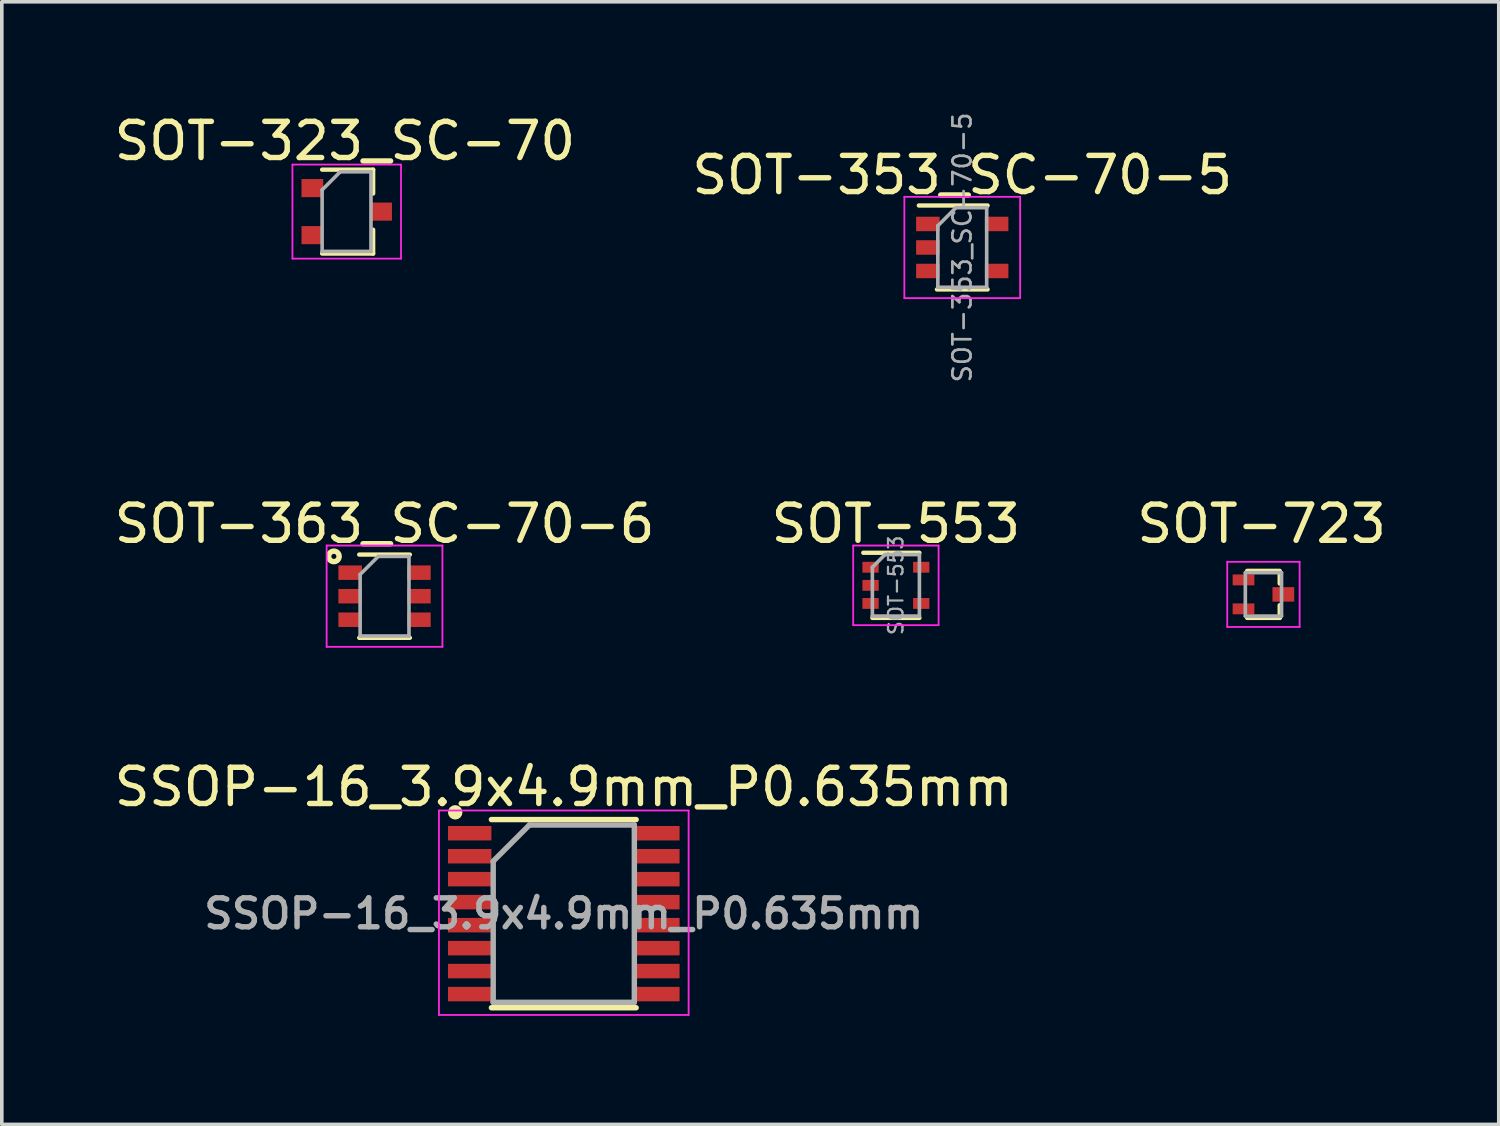
<source format=kicad_pcb>
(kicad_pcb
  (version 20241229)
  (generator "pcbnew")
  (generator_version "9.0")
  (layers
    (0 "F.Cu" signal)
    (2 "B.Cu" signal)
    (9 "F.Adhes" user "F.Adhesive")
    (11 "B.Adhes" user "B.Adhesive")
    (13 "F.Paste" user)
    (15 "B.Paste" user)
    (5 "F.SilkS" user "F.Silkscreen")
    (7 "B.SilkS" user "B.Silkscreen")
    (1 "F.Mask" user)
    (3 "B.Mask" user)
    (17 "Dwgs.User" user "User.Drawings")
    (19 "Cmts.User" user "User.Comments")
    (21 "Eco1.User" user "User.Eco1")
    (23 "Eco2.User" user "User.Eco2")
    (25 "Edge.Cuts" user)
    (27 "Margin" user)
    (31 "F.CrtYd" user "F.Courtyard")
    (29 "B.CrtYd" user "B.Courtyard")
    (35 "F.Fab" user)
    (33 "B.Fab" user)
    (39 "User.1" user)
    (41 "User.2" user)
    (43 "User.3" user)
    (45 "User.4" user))
  (footprint "SOT-353_SC-70-5"
    (layer "F.Cu")
    (at 23.542 3.789)
    (property "Reference" "SOT-353_SC-70-5" (at 0 -2 0) (layer "F.SilkS") (effects (font (size 1 1) (thickness 0.15))))
    (attr smd)
    (fp_line (start -0.7 1.16) (end 0.7 1.16) (stroke (width 0.12) (type solid)) (layer "F.SilkS"))
    (fp_line (start 0.7 -1.16) (end -1.2 -1.16) (stroke (width 0.12) (type solid)) (layer "F.SilkS"))
    (fp_line (start -1.6 -1.4) (end -1.6 1.4) (stroke (width 0.05) (type solid)) (layer "F.CrtYd"))
    (fp_line (start -1.6 -1.4) (end 1.6 -1.4) (stroke (width 0.05) (type solid)) (layer "F.CrtYd"))
    (fp_line (start -1.6 1.4) (end 1.6 1.4) (stroke (width 0.05) (type solid)) (layer "F.CrtYd"))
    (fp_line (start 1.6 1.4) (end 1.6 -1.4) (stroke (width 0.05) (type solid)) (layer "F.CrtYd"))
    (fp_line (start -0.675 -0.6) (end -0.675 1.1) (stroke (width 0.1) (type solid)) (layer "F.Fab"))
    (fp_line (start -0.175 -1.1) (end -0.675 -0.6) (stroke (width 0.1) (type solid)) (layer "F.Fab"))
    (fp_line (start 0.675 -1.1) (end -0.175 -1.1) (stroke (width 0.1) (type solid)) (layer "F.Fab"))
    (fp_line (start 0.675 -1.1) (end 0.675 1.1) (stroke (width 0.1) (type solid)) (layer "F.Fab"))
    (fp_line (start 0.675 1.1) (end -0.675 1.1) (stroke (width 0.1) (type solid)) (layer "F.Fab"))
    (fp_text user "${REFERENCE}" (at 0 0 90) (layer "F.Fab") (effects (font (size 0.5 0.5) (thickness 0.075))))
    (pad "1" smd rect (at -0.95 -0.65) (size 0.65 0.4) (layers "F.Cu" "F.Mask" "F.Paste"))
    (pad "2" smd rect (at -0.95 0) (size 0.65 0.4) (layers "F.Cu" "F.Mask" "F.Paste"))
    (pad "3" smd rect (at -0.95 0.65) (size 0.65 0.4) (layers "F.Cu" "F.Mask" "F.Paste"))
    (pad "4" smd rect (at 0.95 0.65) (size 0.65 0.4) (layers "F.Cu" "F.Mask" "F.Paste"))
    (pad "5" smd rect (at 0.95 -0.65) (size 0.65 0.4) (layers "F.Cu" "F.Mask" "F.Paste")))
  (footprint "SOT-553"
    (layer "F.Cu")
    (at 21.708 13.126)
    (property "Reference" "SOT-553" (at 0 -1.7 0) (layer "F.SilkS") (effects (font (size 1 1) (thickness 0.15))))
    (attr smd)
    (fp_line (start -0.9 -0.9) (end 0.65 -0.9) (stroke (width 0.12) (type solid)) (layer "F.SilkS"))
    (fp_line (start 0.65 0.9) (end -0.65 0.9) (stroke (width 0.12) (type solid)) (layer "F.SilkS"))
    (fp_line (start -1.18 -1.1) (end -1.18 1.1) (stroke (width 0.05) (type solid)) (layer "F.CrtYd"))
    (fp_line (start -1.18 -1.1) (end 1.18 -1.1) (stroke (width 0.05) (type solid)) (layer "F.CrtYd"))
    (fp_line (start 1.18 1.1) (end -1.18 1.1) (stroke (width 0.05) (type solid)) (layer "F.CrtYd"))
    (fp_line (start 1.18 1.1) (end 1.18 -1.1) (stroke (width 0.05) (type solid)) (layer "F.CrtYd"))
    (fp_line (start -0.65 -0.5) (end -0.65 0.85) (stroke (width 0.1) (type solid)) (layer "F.Fab"))
    (fp_line (start -0.65 -0.5) (end -0.3 -0.85) (stroke (width 0.1) (type solid)) (layer "F.Fab"))
    (fp_line (start -0.65 0.85) (end 0.65 0.85) (stroke (width 0.1) (type solid)) (layer "F.Fab"))
    (fp_line (start 0.65 -0.85) (end -0.3 -0.85) (stroke (width 0.1) (type solid)) (layer "F.Fab"))
    (fp_line (start 0.65 0.85) (end 0.65 -0.85) (stroke (width 0.1) (type solid)) (layer "F.Fab"))
    (fp_text user "${REFERENCE}" (at 0 0 90) (layer "F.Fab") (effects (font (size 0.4 0.4) (thickness 0.062))))
    (pad "1" smd rect (at -0.7 -0.5) (size 0.45 0.3) (layers "F.Cu" "F.Mask" "F.Paste"))
    (pad "2" smd rect (at -0.7 0) (size 0.45 0.3) (layers "F.Cu" "F.Mask" "F.Paste"))
    (pad "3" smd rect (at -0.7 0.5) (size 0.45 0.3) (layers "F.Cu" "F.Mask" "F.Paste"))
    (pad "4" smd rect (at 0.7 0.5) (size 0.45 0.3) (layers "F.Cu" "F.Mask" "F.Paste"))
    (pad "5" smd rect (at 0.7 -0.5) (size 0.45 0.3) (layers "F.Cu" "F.Mask" "F.Paste")))
  (footprint "SOT-723"
    (layer "F.Cu")
    (at 31.865 13.376)
    (property "Reference" "SOT-723" (at -0.05 -1.95 0) (layer "F.SilkS") (effects (font (size 1 1) (thickness 0.15))))
    (attr smd)
    (fp_line (start -0.45 0.65) (end 0.45 0.65) (stroke (width 0.12) (type solid)) (layer "F.SilkS"))
    (fp_line (start 0.45 -0.65) (end -0.45 -0.65) (stroke (width 0.12) (type solid)) (layer "F.SilkS"))
    (fp_line (start 0.45 -0.6) (end 0.45 -0.3) (stroke (width 0.12) (type solid)) (layer "F.SilkS"))
    (fp_line (start 0.45 0.3) (end 0.45 0.65) (stroke (width 0.12) (type solid)) (layer "F.SilkS"))
    (fp_line (start -1 -0.9) (end 1 -0.9) (stroke (width 0.05) (type solid)) (layer "F.CrtYd"))
    (fp_line (start -1 0.9) (end -1 -0.9) (stroke (width 0.05) (type solid)) (layer "F.CrtYd"))
    (fp_line (start 1 -0.9) (end 1 0.9) (stroke (width 0.05) (type solid)) (layer "F.CrtYd"))
    (fp_line (start 1 0.9) (end -1 0.9) (stroke (width 0.05) (type solid)) (layer "F.CrtYd"))
    (fp_line (start -0.5 -0.6) (end -0.5 0.6) (stroke (width 0.1) (type solid)) (layer "F.Fab"))
    (fp_line (start 0.5 -0.6) (end -0.5 -0.6) (stroke (width 0.1) (type solid)) (layer "F.Fab"))
    (fp_line (start 0.5 -0.6) (end 0.5 0.6) (stroke (width 0.1) (type solid)) (layer "F.Fab"))
    (fp_line (start 0.5 0.6) (end -0.5 0.6) (stroke (width 0.1) (type solid)) (layer "F.Fab"))
    (pad "1" smd rect (at -0.55 -0.4 270) (size 0.3 0.6) (layers "F.Cu" "F.Mask" "F.Paste"))
    (pad "2" smd rect (at -0.55 0.4 270) (size 0.3 0.6) (layers "F.Cu" "F.Mask" "F.Paste"))
    (pad "3" smd rect (at 0.55 0 270) (size 0.4 0.6) (layers "F.Cu" "F.Mask" "F.Paste")))
  (footprint "SOT-363_SC-70-6"
    (layer "F.Cu")
    (at 7.577 13.426)
    (property "Reference" "SOT-363_SC-70-6" (at 0 -2 0) (layer "F.SilkS") (effects (font (size 1 1) (thickness 0.15))))
    (attr smd)
    (fp_line (start -0.7 1.15) (end 0.7 1.15) (stroke (width 0.12) (type solid)) (layer "F.SilkS"))
    (fp_line (start 0.7 -1.15) (end -0.7 -1.15) (stroke (width 0.12) (type solid)) (layer "F.SilkS"))
    (fp_circle (center -1.4 -1.1) (end -1.33 -1.1) (stroke (width 0.15) (type solid)) (fill no) (layer "F.SilkS"))
    (fp_line (start -1.6 -1.4) (end -1.6 1.4) (stroke (width 0.05) (type solid)) (layer "F.CrtYd"))
    (fp_line (start -1.6 -1.4) (end 1.6 -1.4) (stroke (width 0.05) (type solid)) (layer "F.CrtYd"))
    (fp_line (start -1.6 1.4) (end 1.6 1.4) (stroke (width 0.05) (type solid)) (layer "F.CrtYd"))
    (fp_line (start 1.6 1.4) (end 1.6 -1.4) (stroke (width 0.05) (type solid)) (layer "F.CrtYd"))
    (fp_line (start -0.675 -0.6) (end -0.675 1.1) (stroke (width 0.1) (type solid)) (layer "F.Fab"))
    (fp_line (start -0.175 -1.1) (end -0.675 -0.6) (stroke (width 0.1) (type solid)) (layer "F.Fab"))
    (fp_line (start 0.675 -1.1) (end -0.175 -1.1) (stroke (width 0.1) (type solid)) (layer "F.Fab"))
    (fp_line (start 0.675 -1.1) (end 0.675 1.1) (stroke (width 0.1) (type solid)) (layer "F.Fab"))
    (fp_line (start 0.675 1.1) (end -0.675 1.1) (stroke (width 0.1) (type solid)) (layer "F.Fab"))
    (pad "1" smd rect (at -0.95 -0.65) (size 0.65 0.4) (layers "F.Cu" "F.Mask" "F.Paste"))
    (pad "2" smd rect (at -0.95 0) (size 0.65 0.4) (layers "F.Cu" "F.Mask" "F.Paste"))
    (pad "3" smd rect (at -0.95 0.65) (size 0.65 0.4) (layers "F.Cu" "F.Mask" "F.Paste"))
    (pad "4" smd rect (at 0.95 0.65) (size 0.65 0.4) (layers "F.Cu" "F.Mask" "F.Paste"))
    (pad "5" smd rect (at 0.95 0) (size 0.65 0.4) (layers "F.Cu" "F.Mask" "F.Paste"))
    (pad "6" smd rect (at 0.95 -0.65) (size 0.65 0.4) (layers "F.Cu" "F.Mask" "F.Paste")))
  (footprint "SSOP-16_3.9x4.9mm_P0.635mm"
    (layer "F.Cu")
    (at 12.53 22.199)
    (property "Reference" "SSOP-16_3.9x4.9mm_P0.635mm" (at 0 -3.5 0) (layer "F.SilkS") (effects (font (size 1 1) (thickness 0.15))))
    (attr smd)
    (fp_line (start -2 -2.6) (end 2 -2.6) (stroke (width 0.15) (type solid)) (layer "F.SilkS"))
    (fp_line (start -2 2.6) (end 2 2.6) (stroke (width 0.15) (type solid)) (layer "F.SilkS"))
    (fp_circle (center -3 -2.8) (end -2.9 -2.8) (stroke (width 0.2) (type solid)) (fill no) (layer "F.SilkS"))
    (fp_line (start -3.45 -2.85) (end -3.45 2.8) (stroke (width 0.05) (type solid)) (layer "F.CrtYd"))
    (fp_line (start -3.45 -2.85) (end 3.45 -2.85) (stroke (width 0.05) (type solid)) (layer "F.CrtYd"))
    (fp_line (start -3.45 2.8) (end 3.45 2.8) (stroke (width 0.05) (type solid)) (layer "F.CrtYd"))
    (fp_line (start 3.45 -2.85) (end 3.45 2.8) (stroke (width 0.05) (type solid)) (layer "F.CrtYd"))
    (fp_line (start -1.95 -1.45) (end -0.95 -2.45) (stroke (width 0.15) (type solid)) (layer "F.Fab"))
    (fp_line (start -1.95 2.45) (end -1.95 -1.45) (stroke (width 0.15) (type solid)) (layer "F.Fab"))
    (fp_line (start -0.95 -2.45) (end 1.95 -2.45) (stroke (width 0.15) (type solid)) (layer "F.Fab"))
    (fp_line (start 1.95 -2.45) (end 1.95 2.45) (stroke (width 0.15) (type solid)) (layer "F.Fab"))
    (fp_line (start 1.95 2.45) (end -1.95 2.45) (stroke (width 0.15) (type solid)) (layer "F.Fab"))
    (fp_text user "${REFERENCE}" (at 0 0 0) (layer "F.Fab") (effects (font (size 0.8 0.8) (thickness 0.15))))
    (pad "1" smd rect (at -2.6 -2.223) (size 1.2 0.4) (layers "F.Cu" "F.Mask" "F.Paste"))
    (pad "2" smd rect (at -2.6 -1.587) (size 1.2 0.4) (layers "F.Cu" "F.Mask" "F.Paste"))
    (pad "3" smd rect (at -2.6 -0.953) (size 1.2 0.4) (layers "F.Cu" "F.Mask" "F.Paste"))
    (pad "4" smd rect (at -2.6 -0.318) (size 1.2 0.4) (layers "F.Cu" "F.Mask" "F.Paste"))
    (pad "5" smd rect (at -2.6 0.318) (size 1.2 0.4) (layers "F.Cu" "F.Mask" "F.Paste"))
    (pad "6" smd rect (at -2.6 0.953) (size 1.2 0.4) (layers "F.Cu" "F.Mask" "F.Paste"))
    (pad "7" smd rect (at -2.6 1.587) (size 1.2 0.4) (layers "F.Cu" "F.Mask" "F.Paste"))
    (pad "8" smd rect (at -2.6 2.223) (size 1.2 0.4) (layers "F.Cu" "F.Mask" "F.Paste"))
    (pad "9" smd rect (at 2.6 2.223) (size 1.2 0.4) (layers "F.Cu" "F.Mask" "F.Paste"))
    (pad "10" smd rect (at 2.6 1.587) (size 1.2 0.4) (layers "F.Cu" "F.Mask" "F.Paste"))
    (pad "11" smd rect (at 2.6 0.953) (size 1.2 0.4) (layers "F.Cu" "F.Mask" "F.Paste"))
    (pad "12" smd rect (at 2.6 0.318) (size 1.2 0.4) (layers "F.Cu" "F.Mask" "F.Paste"))
    (pad "13" smd rect (at 2.6 -0.318) (size 1.2 0.4) (layers "F.Cu" "F.Mask" "F.Paste"))
    (pad "14" smd rect (at 2.6 -0.953) (size 1.2 0.4) (layers "F.Cu" "F.Mask" "F.Paste"))
    (pad "15" smd rect (at 2.6 -1.587) (size 1.2 0.4) (layers "F.Cu" "F.Mask" "F.Paste"))
    (pad "16" smd rect (at 2.6 -2.223) (size 1.2 0.4) (layers "F.Cu" "F.Mask" "F.Paste")))
  (footprint "SOT-323_SC-70"
    (layer "F.Cu")
    (at 6.532 2.798)
    (property "Reference" "SOT-323_SC-70" (at -0.05 -1.95 0) (layer "F.SilkS") (effects (font (size 1 1) (thickness 0.15))))
    (attr smd)
    (fp_line (start -0.68 1.16) (end 0.73 1.16) (stroke (width 0.12) (type solid)) (layer "F.SilkS"))
    (fp_line (start 0.73 -1.16) (end -0.68 -1.16) (stroke (width 0.12) (type solid)) (layer "F.SilkS"))
    (fp_line (start 0.73 -1.16) (end 0.73 -0.5) (stroke (width 0.12) (type solid)) (layer "F.SilkS"))
    (fp_line (start 0.73 0.5) (end 0.73 1.16) (stroke (width 0.12) (type solid)) (layer "F.SilkS"))
    (fp_line (start -1.5 -1.3) (end 1.5 -1.3) (stroke (width 0.05) (type solid)) (layer "F.CrtYd"))
    (fp_line (start -1.5 1.3) (end -1.5 -1.3) (stroke (width 0.05) (type solid)) (layer "F.CrtYd"))
    (fp_line (start 1.5 -1.3) (end 1.5 1.3) (stroke (width 0.05) (type solid)) (layer "F.CrtYd"))
    (fp_line (start 1.5 1.3) (end -1.5 1.3) (stroke (width 0.05) (type solid)) (layer "F.CrtYd"))
    (fp_line (start -0.68 -0.6) (end -0.68 1.1) (stroke (width 0.1) (type solid)) (layer "F.Fab"))
    (fp_line (start -0.18 -1.1) (end -0.68 -0.6) (stroke (width 0.1) (type solid)) (layer "F.Fab"))
    (fp_line (start 0.67 -1.1) (end -0.18 -1.1) (stroke (width 0.1) (type solid)) (layer "F.Fab"))
    (fp_line (start 0.67 -1.1) (end 0.67 1.1) (stroke (width 0.1) (type solid)) (layer "F.Fab"))
    (fp_line (start 0.67 1.1) (end -0.68 1.1) (stroke (width 0.1) (type solid)) (layer "F.Fab"))
    (pad "1" smd rect (at -0.95 -0.65 270) (size 0.5 0.6) (layers "F.Cu" "F.Mask" "F.Paste"))
    (pad "2" smd rect (at -0.95 0.65 270) (size 0.5 0.6) (layers "F.Cu" "F.Mask" "F.Paste"))
    (pad "3" smd rect (at 0.95 0 270) (size 0.5 0.6) (layers "F.Cu" "F.Mask" "F.Paste")))
  (gr_rect
    (start -3 -3)
    (end 38.369 28.024)
    (stroke (width 0.1) (type default))
    (fill no)
    (layer "Edge.Cuts")))
</source>
